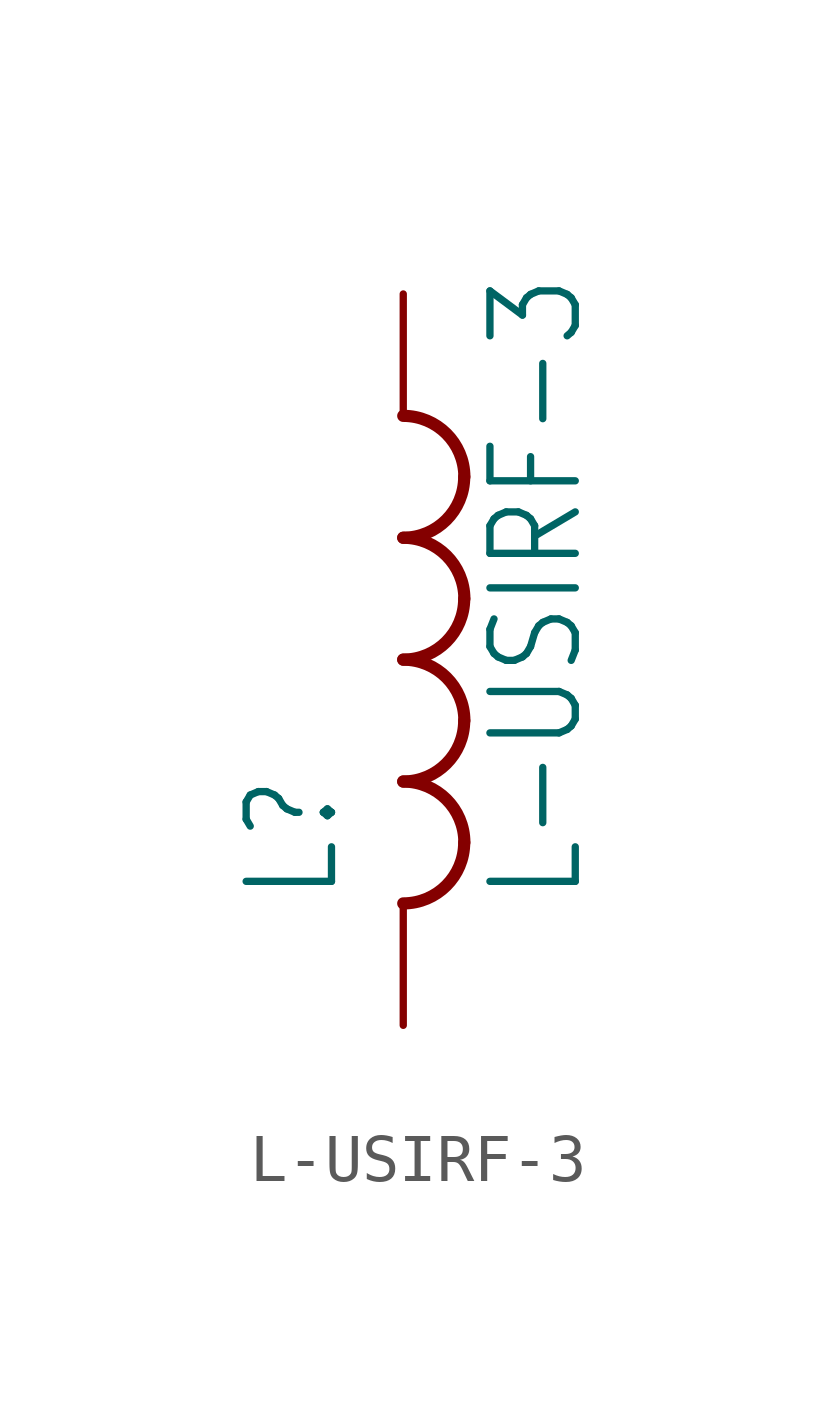
<source format=kicad_sym>
(kicad_symbol_lib
  (version 20211014)
  (generator kicad_symbol_editor)
  (symbol "L-USIRF-3"
    (property "Reference" "L"
      (at -1.27 -5.08 90)
      (effects (font (size 1.778 1.511)) (justify left bottom)))
    (property "Value" "L-USIRF-3"
      (at 3.81 -5.08 90)
      (effects (font (size 1.778 1.511)) (justify left bottom)))
    (property "ki_locked" ""
      (at 0 0 0)
      (effects (font (size 1.27 1.27))))
    (symbol "L-USIRF-3_1_0"
      (arc (start 0 -5.08) (mid 0.898 -4.708) (end 1.27 -3.81) (stroke (width 0.254) (type default) (color 0 0 0 0)) (fill (type none)))
      (arc (start 0 -2.54) (mid 0.898 -2.168) (end 1.27 -1.27) (stroke (width 0.254) (type default) (color 0 0 0 0)) (fill (type none)))
      (arc (start 0 0) (mid 0.898 0.372) (end 1.27 1.27) (stroke (width 0.254) (type default) (color 0 0 0 0)) (fill (type none)))
      (arc (start 0 2.54) (mid 0.898 2.912) (end 1.27 3.81) (stroke (width 0.254) (type default) (color 0 0 0 0)) (fill (type none)))
      (arc (start 1.27 -3.81) (mid 0.898 -2.912) (end 0 -2.54) (stroke (width 0.254) (type default) (color 0 0 0 0)) (fill (type none)))
      (arc (start 1.27 -1.27) (mid 0.898 -0.372) (end 0 0) (stroke (width 0.254) (type default) (color 0 0 0 0)) (fill (type none)))
      (arc (start 1.27 1.27) (mid 0.898 2.168) (end 0 2.54) (stroke (width 0.254) (type default) (color 0 0 0 0)) (fill (type none)))
      (arc (start 1.27 3.81) (mid 0.898 4.708) (end 0 5.08) (stroke (width 0.254) (type default) (color 0 0 0 0)) (fill (type none)))
      (pin passive line (at 0 7.62 270) (length 2.54) (name "1" (effects (font (size 0 0)))) (number "1" (effects (font (size 0 0)))))
      (pin passive line (at 0 -7.62 90) (length 2.54) (name "2" (effects (font (size 0 0)))) (number "2" (effects (font (size 0 0))))))))
</source>
